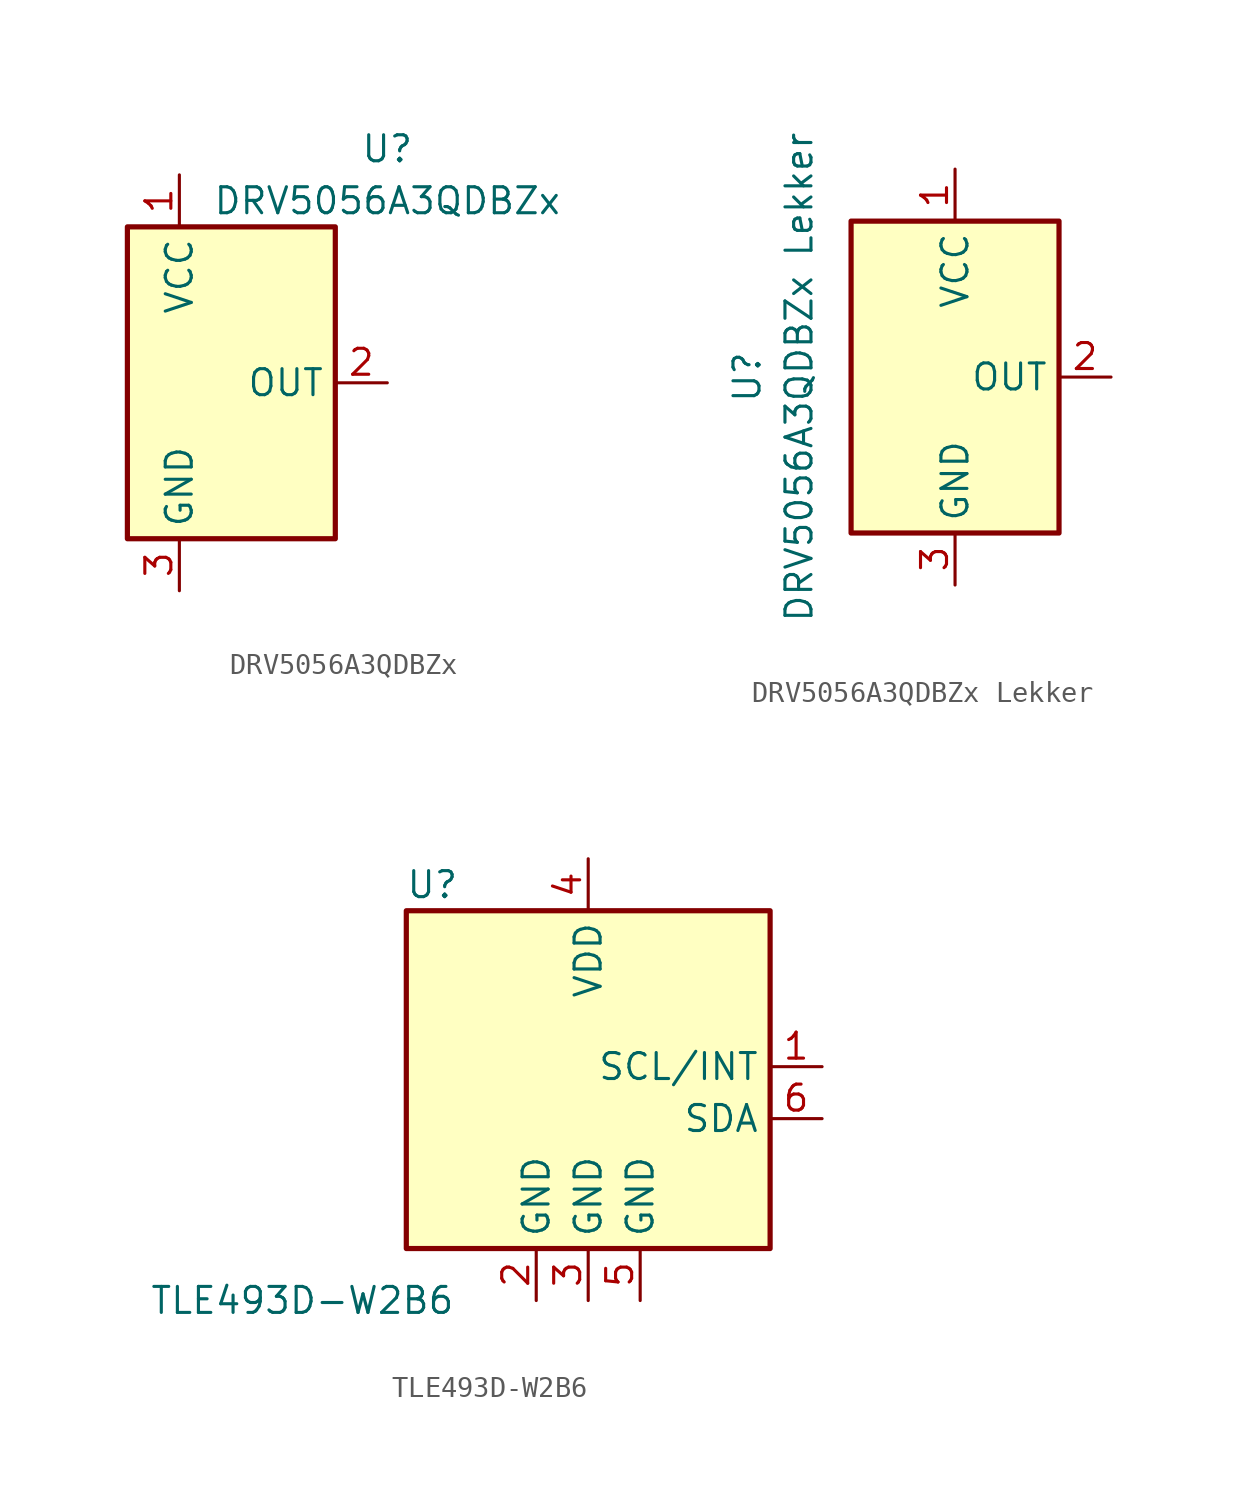
<source format=kicad_sym>
(kicad_symbol_lib
  (version 20211014)
  (generator kicad_symbol_editor)
  (symbol "DRV5056A3QDBZx"
    (property "Reference" "U"
      (at 7.62 11.43 0)
      (effects (font (size 1.27 1.27))))
    (property "Value" "DRV5056A3QDBZx"
      (at 7.62 8.89 0)
      (effects (font (size 1.27 1.27))))
    (symbol "DRV5056A3QDBZx_1_1"
      (rectangle (start -5.08 7.62) (end 5.08 -7.62) (stroke (width 0.254) (type default) (color 0 0 0 0)) (fill (type background)))
      (pin power_in line (at -2.54 10.16 270) (length 2.54) (name "VCC" (effects (font (size 1.27 1.27)))) (number "1" (effects (font (size 1.27 1.27)))))
      (pin output line (at 7.62 0 180) (length 2.54) (name "OUT" (effects (font (size 1.27 1.27)))) (number "2" (effects (font (size 1.27 1.27)))))
      (pin power_in line (at -2.54 -10.16 90) (length 2.54) (name "GND" (effects (font (size 1.27 1.27)))) (number "3" (effects (font (size 1.27 1.27)))))))
  (symbol "DRV5056A3QDBZx Lekker"
    (property "Reference" "U"
      (at -10.16 0 90)
      (effects (font (size 1.27 1.27))))
    (property "Value" "DRV5056A3QDBZx Lekker"
      (at -7.62 0 90)
      (effects (font (size 1.27 1.27))))
    (symbol "DRV5056A3QDBZx Lekker_1_1"
      (rectangle (start -5.08 7.62) (end 5.08 -7.62) (stroke (width 0.254) (type default) (color 0 0 0 0)) (fill (type background)))
      (pin power_in line (at 0 10.16 270) (length 2.54) (name "VCC" (effects (font (size 1.27 1.27)))) (number "1" (effects (font (size 1.27 1.27)))))
      (pin output line (at 7.62 0 180) (length 2.54) (name "OUT" (effects (font (size 1.27 1.27)))) (number "2" (effects (font (size 1.27 1.27)))))
      (pin power_in line (at 0 -10.16 90) (length 2.54) (name "GND" (effects (font (size 1.27 1.27)))) (number "3" (effects (font (size 1.27 1.27)))))))
  (symbol "TLE493D-W2B6"
    (property "Reference" "U"
      (at -7.62 10.16 0)
      (effects (font (size 1.27 1.27))))
    (property "Value" "TLE493D-W2B6"
      (at -13.97 -10.16 0)
      (effects (font (size 1.27 1.27))))
    (symbol "TLE493D-W2B6_0_1"
      (rectangle (start -8.89 8.89) (end 8.89 -7.62) (stroke (width 0.254) (type default) (color 0 0 0 0)) (fill (type background))))
    (symbol "TLE493D-W2B6_1_1"
      (pin bidirectional line (at 11.43 1.27 180) (length 2.54) (name "SCL/INT" (effects (font (size 1.27 1.27)))) (number "1" (effects (font (size 1.27 1.27)))))
      (pin power_in line (at -2.54 -10.16 90) (length 2.54) (name "GND" (effects (font (size 1.27 1.27)))) (number "2" (effects (font (size 1.27 1.27)))))
      (pin power_in line (at 0 -10.16 90) (length 2.54) (name "GND" (effects (font (size 1.27 1.27)))) (number "3" (effects (font (size 1.27 1.27)))))
      (pin power_in line (at 0 11.43 270) (length 2.54) (name "VDD" (effects (font (size 1.27 1.27)))) (number "4" (effects (font (size 1.27 1.27)))))
      (pin power_in line (at 2.54 -10.16 90) (length 2.54) (name "GND" (effects (font (size 1.27 1.27)))) (number "5" (effects (font (size 1.27 1.27)))))
      (pin bidirectional line (at 11.43 -1.27 180) (length 2.54) (name "SDA" (effects (font (size 1.27 1.27)))) (number "6" (effects (font (size 1.27 1.27))))))))
</source>
